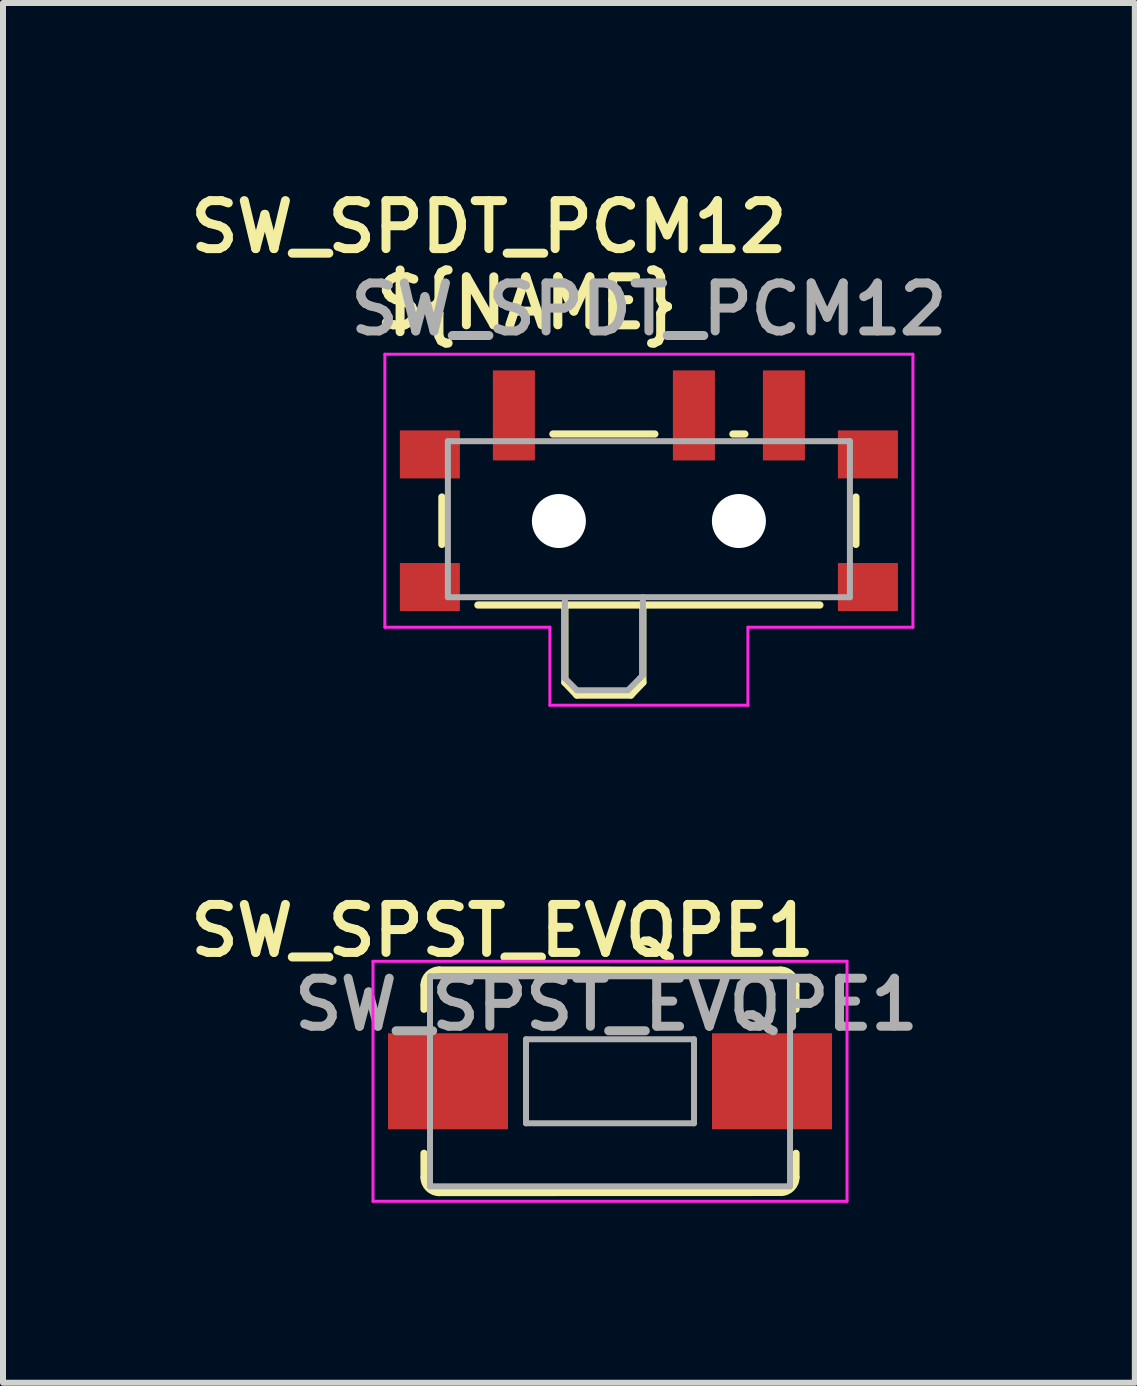
<source format=kicad_pcb>
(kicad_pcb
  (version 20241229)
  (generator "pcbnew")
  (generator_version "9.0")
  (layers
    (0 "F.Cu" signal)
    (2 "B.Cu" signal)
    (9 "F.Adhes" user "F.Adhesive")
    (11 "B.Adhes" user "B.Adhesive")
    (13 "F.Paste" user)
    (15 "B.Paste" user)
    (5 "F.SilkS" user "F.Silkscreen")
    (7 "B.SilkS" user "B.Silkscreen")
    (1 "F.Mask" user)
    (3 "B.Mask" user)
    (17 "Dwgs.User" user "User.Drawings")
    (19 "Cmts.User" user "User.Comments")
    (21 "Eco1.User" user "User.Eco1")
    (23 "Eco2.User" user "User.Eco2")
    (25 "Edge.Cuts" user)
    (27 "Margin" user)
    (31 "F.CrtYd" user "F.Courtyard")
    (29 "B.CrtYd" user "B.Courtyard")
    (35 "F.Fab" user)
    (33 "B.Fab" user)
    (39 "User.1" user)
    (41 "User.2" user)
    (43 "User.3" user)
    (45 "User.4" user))
  (footprint "SW_SPST_EVQPE1"
    (layer "F.Cu")
    (at 7.116 14.97)
    (property "Reference" "SW_SPST_EVQPE1" (at -1.79 -2.51 0) (unlocked yes) (layer "F.SilkS") (effects (font (size 0.8 0.8) (thickness 0.15))))
    (attr smd)
    (fp_line (start -3.1 1.2) (end -3.099 1.6) (stroke (width 0.12) (type solid)) (layer "F.SilkS"))
    (fp_line (start -3.099 -1.6) (end -3.1 -1.2) (stroke (width 0.12) (type solid)) (layer "F.SilkS"))
    (fp_line (start -2.845 1.854) (end 2.845 1.852) (stroke (width 0.12) (type solid)) (layer "F.SilkS"))
    (fp_line (start 2.843 -1.852) (end -2.845 -1.854) (stroke (width 0.12) (type solid)) (layer "F.SilkS"))
    (fp_line (start 3.097 -1.598) (end 3.1 -1.2) (stroke (width 0.12) (type solid)) (layer "F.SilkS"))
    (fp_line (start 3.099 1.598) (end 3.1 1.2) (stroke (width 0.12) (type solid)) (layer "F.SilkS"))
    (fp_arc (start -3.0988 -1.6002) (mid -3.024405 -1.779805) (end -2.8448 -1.8542) (stroke (width 0.12) (type default)) (layer "F.SilkS"))
    (fp_arc (start -2.8448 1.8542) (mid -3.024405 1.779805) (end -3.0988 1.6002) (stroke (width 0.12) (type default)) (layer "F.SilkS"))
    (fp_arc (start 2.842995 -1.852395) (mid 3.0226 -1.778) (end 3.096995 -1.598395) (stroke (width 0.12) (type default)) (layer "F.SilkS"))
    (fp_arc (start 3.0988 1.598395) (mid 3.024405 1.778) (end 2.8448 1.852395) (stroke (width 0.12) (type default)) (layer "F.SilkS"))
    (fp_line (start -3.95 -2) (end 3.95 -2) (stroke (width 0.05) (type solid)) (layer "F.CrtYd"))
    (fp_line (start -3.95 2) (end -3.95 -2) (stroke (width 0.05) (type solid)) (layer "F.CrtYd"))
    (fp_line (start 3.95 -2) (end 3.95 2) (stroke (width 0.05) (type solid)) (layer "F.CrtYd"))
    (fp_line (start 3.95 2) (end -3.95 2) (stroke (width 0.05) (type solid)) (layer "F.CrtYd"))
    (fp_line (start -3 -1.75) (end 3 -1.75) (stroke (width 0.1) (type solid)) (layer "F.Fab"))
    (fp_line (start -3 1.75) (end -3 -1.75) (stroke (width 0.1) (type solid)) (layer "F.Fab"))
    (fp_line (start -1.4 -0.7) (end 1.4 -0.7) (stroke (width 0.1) (type solid)) (layer "F.Fab"))
    (fp_line (start -1.4 0.7) (end -1.4 -0.7) (stroke (width 0.1) (type solid)) (layer "F.Fab"))
    (fp_line (start 1.4 -0.7) (end 1.4 0.7) (stroke (width 0.1) (type solid)) (layer "F.Fab"))
    (fp_line (start 1.4 0.7) (end -1.4 0.7) (stroke (width 0.1) (type solid)) (layer "F.Fab"))
    (fp_line (start 3 -1.75) (end 3 1.75) (stroke (width 0.1) (type solid)) (layer "F.Fab"))
    (fp_line (start 3 1.75) (end -3 1.75) (stroke (width 0.1) (type solid)) (layer "F.Fab"))
    (fp_text user "${REFERENCE}" (at -0.06 -1.28 0) (unlocked yes) (layer "F.Fab") (effects (font (size 0.8 0.8) (thickness 0.15))))
    (pad "1" smd rect (at -2.7 0) (size 2 1.6) (layers "F.Cu" "F.Mask" "F.Paste"))
    (pad "2" smd rect (at 2.7 0) (size 2 1.6) (layers "F.Cu" "F.Mask" "F.Paste")))
  (footprint "SW_SPDT_PCM12"
    (layer "F.Cu")
    (at 7.764 5.303)
    (property "Reference" "SW_SPDT_PCM12" (at -2.667 -4.572 0) (layer "F.SilkS") (effects (font (size 0.8 0.8) (thickness 0.15))))
    (attr smd)
    (fp_line (start -3.45 -0.07) (end -3.45 0.72) (stroke (width 0.12) (type solid)) (layer "F.SilkS"))
    (fp_line (start -2.85 1.73) (end 2.85 1.73) (stroke (width 0.12) (type solid)) (layer "F.SilkS"))
    (fp_line (start -1.6 -1.12) (end 0.1 -1.12) (stroke (width 0.12) (type solid)) (layer "F.SilkS"))
    (fp_line (start -1.4 1.73) (end -1.4 3.02) (stroke (width 0.12) (type solid)) (layer "F.SilkS"))
    (fp_line (start -1.4 3.02) (end -1.2 3.23) (stroke (width 0.12) (type solid)) (layer "F.SilkS"))
    (fp_line (start -1.2 3.23) (end -0.3 3.23) (stroke (width 0.12) (type solid)) (layer "F.SilkS"))
    (fp_line (start -0.1 3.02) (end -0.3 3.23) (stroke (width 0.12) (type solid)) (layer "F.SilkS"))
    (fp_line (start -0.1 3.02) (end -0.1 1.73) (stroke (width 0.12) (type solid)) (layer "F.SilkS"))
    (fp_line (start 1.4 -1.12) (end 1.6 -1.12) (stroke (width 0.12) (type solid)) (layer "F.SilkS"))
    (fp_line (start 3.45 0.72) (end 3.45 -0.07) (stroke (width 0.12) (type solid)) (layer "F.SilkS"))
    (fp_line (start -4.4 -2.45) (end 4.4 -2.45) (stroke (width 0.05) (type solid)) (layer "F.CrtYd"))
    (fp_line (start -4.4 2.1) (end -4.4 -2.45) (stroke (width 0.05) (type solid)) (layer "F.CrtYd"))
    (fp_line (start -1.65 2.1) (end -4.4 2.1) (stroke (width 0.05) (type solid)) (layer "F.CrtYd"))
    (fp_line (start -1.65 3.4) (end -1.65 2.1) (stroke (width 0.05) (type solid)) (layer "F.CrtYd"))
    (fp_line (start 1.65 2.1) (end 1.65 3.4) (stroke (width 0.05) (type solid)) (layer "F.CrtYd"))
    (fp_line (start 1.65 3.4) (end -1.65 3.4) (stroke (width 0.05) (type solid)) (layer "F.CrtYd"))
    (fp_line (start 4.4 -2.45) (end 4.4 2.1) (stroke (width 0.05) (type solid)) (layer "F.CrtYd"))
    (fp_line (start 4.4 2.1) (end 1.65 2.1) (stroke (width 0.05) (type solid)) (layer "F.CrtYd"))
    (fp_line (start -3.35 -1) (end -3.35 1.6) (stroke (width 0.1) (type solid)) (layer "F.Fab"))
    (fp_line (start -3.35 1.6) (end 3.35 1.6) (stroke (width 0.1) (type solid)) (layer "F.Fab"))
    (fp_line (start -1.4 1.65) (end -1.4 2.95) (stroke (width 0.1) (type solid)) (layer "F.Fab"))
    (fp_line (start -1.4 2.95) (end -1.2 3.15) (stroke (width 0.1) (type solid)) (layer "F.Fab"))
    (fp_line (start -1.2 3.15) (end -0.35 3.15) (stroke (width 0.1) (type solid)) (layer "F.Fab"))
    (fp_line (start -0.35 3.15) (end -0.15 2.95) (stroke (width 0.1) (type solid)) (layer "F.Fab"))
    (fp_line (start -0.15 2.95) (end -0.1 2.9) (stroke (width 0.1) (type solid)) (layer "F.Fab"))
    (fp_line (start -0.1 2.9) (end -0.1 1.6) (stroke (width 0.1) (type solid)) (layer "F.Fab"))
    (fp_line (start 3.35 -1) (end -3.35 -1) (stroke (width 0.1) (type solid)) (layer "F.Fab"))
    (fp_line (start 3.35 1.6) (end 3.35 -1) (stroke (width 0.1) (type solid)) (layer "F.Fab"))
    (fp_text user "${NAME}" (at -2.032 -3.302 0) (layer "F.SilkS") (effects (font (size 0.8 0.8) (thickness 0.15))))
    (fp_text user "${REFERENCE}" (at 0 -3.2 0) (layer "F.Fab") (effects (font (size 0.8 0.8) (thickness 0.15))))
    (pad "" smd rect (at -3.65 -0.78) (size 1 0.8) (layers "F.Cu" "F.Mask" "F.Paste"))
    (pad "" smd rect (at -3.65 1.43) (size 1 0.8) (layers "F.Cu" "F.Mask" "F.Paste"))
    (pad "" np_thru_hole circle (at -1.5 0.33) (size 0.9 0.9) (drill 0.9) (layers "*.Cu" "*.Mask"))
    (pad "" np_thru_hole circle (at 1.5 0.33) (size 0.9 0.9) (drill 0.9) (layers "*.Cu" "*.Mask"))
    (pad "" smd rect (at 3.65 -0.78) (size 1 0.8) (layers "F.Cu" "F.Mask" "F.Paste"))
    (pad "" smd rect (at 3.65 1.43) (size 1 0.8) (layers "F.Cu" "F.Mask" "F.Paste"))
    (pad "1" smd rect (at -2.25 -1.43) (size 0.7 1.5) (layers "F.Cu" "F.Mask" "F.Paste"))
    (pad "2" smd rect (at 0.75 -1.43) (size 0.7 1.5) (layers "F.Cu" "F.Mask" "F.Paste"))
    (pad "3" smd rect (at 2.25 -1.43) (size 0.7 1.5) (layers "F.Cu" "F.Mask" "F.Paste")))
  (gr_rect
    (start -3 -3)
    (end 15.862 19.994)
    (stroke (width 0.1) (type default))
    (fill no)
    (layer "Edge.Cuts")))
</source>
